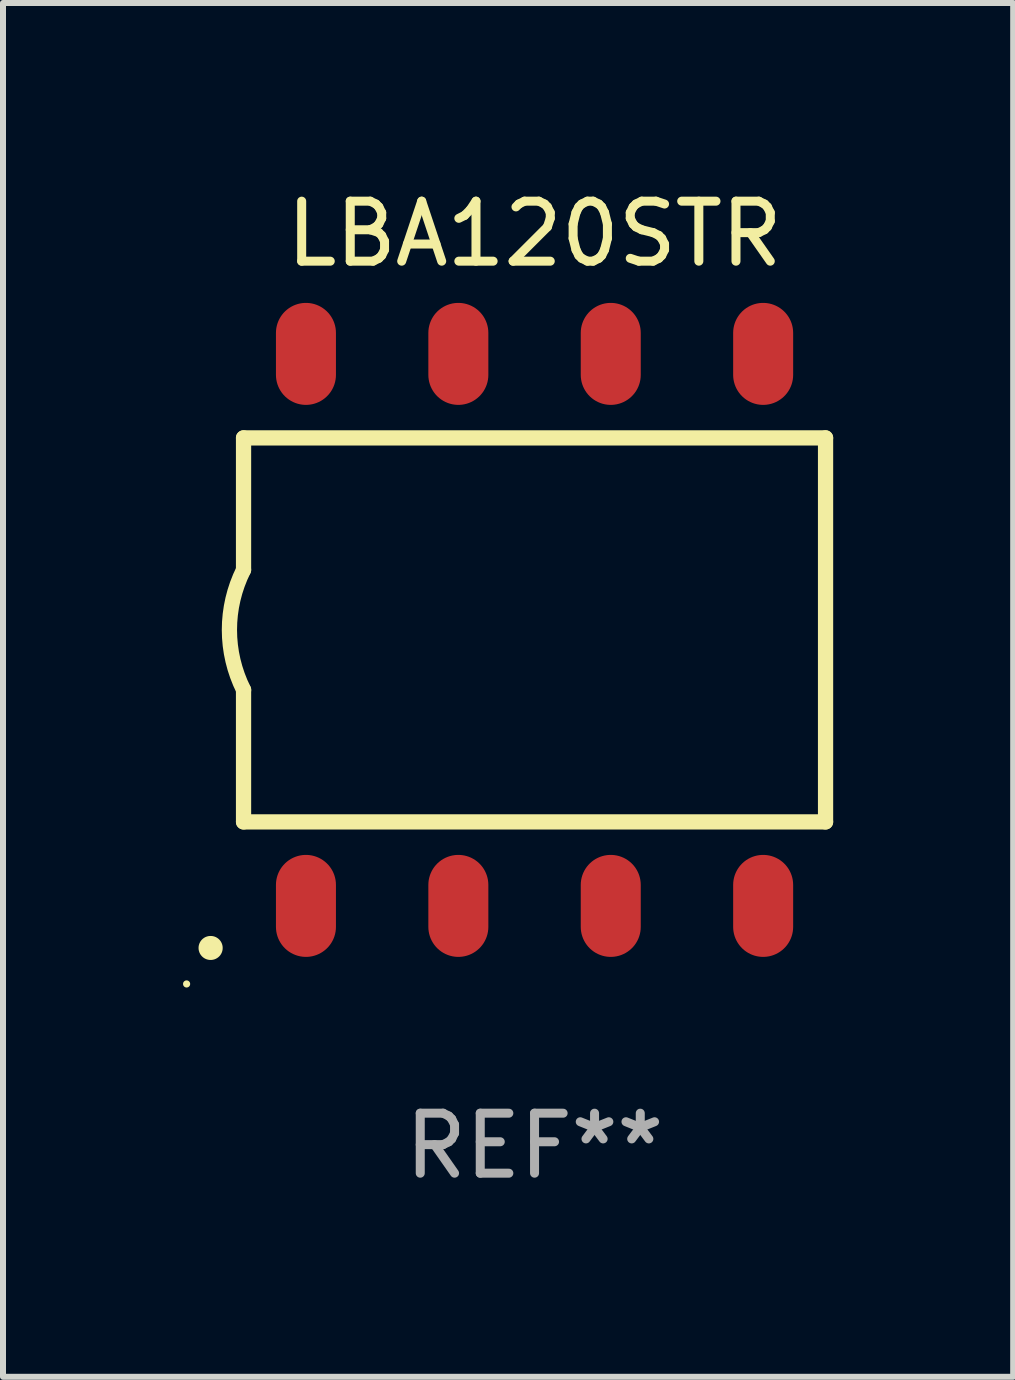
<source format=kicad_pcb>
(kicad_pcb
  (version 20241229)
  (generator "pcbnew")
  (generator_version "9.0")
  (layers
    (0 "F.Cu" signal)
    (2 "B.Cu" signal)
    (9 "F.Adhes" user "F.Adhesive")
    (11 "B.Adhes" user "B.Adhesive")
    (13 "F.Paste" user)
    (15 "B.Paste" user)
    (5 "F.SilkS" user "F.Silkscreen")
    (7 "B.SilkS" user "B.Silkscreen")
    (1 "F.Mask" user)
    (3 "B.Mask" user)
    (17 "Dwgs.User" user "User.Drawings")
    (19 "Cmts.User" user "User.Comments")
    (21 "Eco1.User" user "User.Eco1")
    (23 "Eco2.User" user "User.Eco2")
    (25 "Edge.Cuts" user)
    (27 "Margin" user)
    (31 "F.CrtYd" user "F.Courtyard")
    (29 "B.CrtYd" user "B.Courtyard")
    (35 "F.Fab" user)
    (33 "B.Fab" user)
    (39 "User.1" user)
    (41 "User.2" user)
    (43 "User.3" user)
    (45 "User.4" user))
  (footprint "LBA120STR"
    (layer "F.Cu")
    (at 5.859 7.448)
    (property "Reference" "LBA120STR" (at 0 -6.6 0) (layer "F.SilkS") (effects (font (size 1 1) (thickness 0.15))))
    (attr through_hole)
    (fp_line (start -4.85 -3.2) (end -4.85 -1) (stroke (width 0.254) (type solid)) (layer "F.SilkS"))
    (fp_line (start -4.85 -3.2) (end 4.85 -3.2) (stroke (width 0.254) (type solid)) (layer "F.SilkS"))
    (fp_line (start -4.85 3.2) (end -4.85 1) (stroke (width 0.254) (type solid)) (layer "F.SilkS"))
    (fp_line (start 4.85 -3.2) (end 4.85 3.2) (stroke (width 0.254) (type solid)) (layer "F.SilkS"))
    (fp_line (start 4.85 3.2) (end -4.85 3.2) (stroke (width 0.254) (type solid)) (layer "F.SilkS"))
    (fp_arc (start -5.400051 5.300991) (mid -5.398781 5.300987) (end -5.397511 5.300991) (stroke (width 0.4) (type solid)) (layer "F.SilkS"))
    (fp_arc (start -4.84887 1.000762) (mid -5.085418 0.000516) (end -4.850013 -1) (stroke (width 0.254001) (type solid)) (layer "F.SilkS"))
    (fp_circle (center -5.799 5.901) (end -5.769 5.901) (stroke (width 0.06) (type solid)) (fill no) (layer "F.SilkS"))
    (fp_text user "REF**" (at 0 8.6 0) (layer "F.Fab") (effects (font (size 1 1) (thickness 0.15))))
    (pad "1" smd oval (at -3.81 4.6) (size 1 1.7) (layers "F.Cu" "F.Mask" "F.Paste"))
    (pad "2" smd oval (at -1.27 4.6) (size 1 1.7) (layers "F.Cu" "F.Mask" "F.Paste"))
    (pad "3" smd oval (at 1.27 4.6) (size 1 1.7) (layers "F.Cu" "F.Mask" "F.Paste"))
    (pad "4" smd oval (at 3.81 4.6) (size 1 1.7) (layers "F.Cu" "F.Mask" "F.Paste"))
    (pad "5" smd oval (at 3.81 -4.6 180) (size 1 1.7) (layers "F.Cu" "F.Mask" "F.Paste"))
    (pad "6" smd oval (at 1.27 -4.6 180) (size 1 1.7) (layers "F.Cu" "F.Mask" "F.Paste"))
    (pad "7" smd oval (at -1.27 -4.6 180) (size 1 1.7) (layers "F.Cu" "F.Mask" "F.Paste"))
    (pad "8" smd oval (at -3.81 -4.6 180) (size 1 1.7) (layers "F.Cu" "F.Mask" "F.Paste")))
  (gr_rect
    (start -3 -3)
    (end 13.836 19.896)
    (stroke (width 0.1) (type default))
    (fill no)
    (layer "Edge.Cuts")))
</source>
